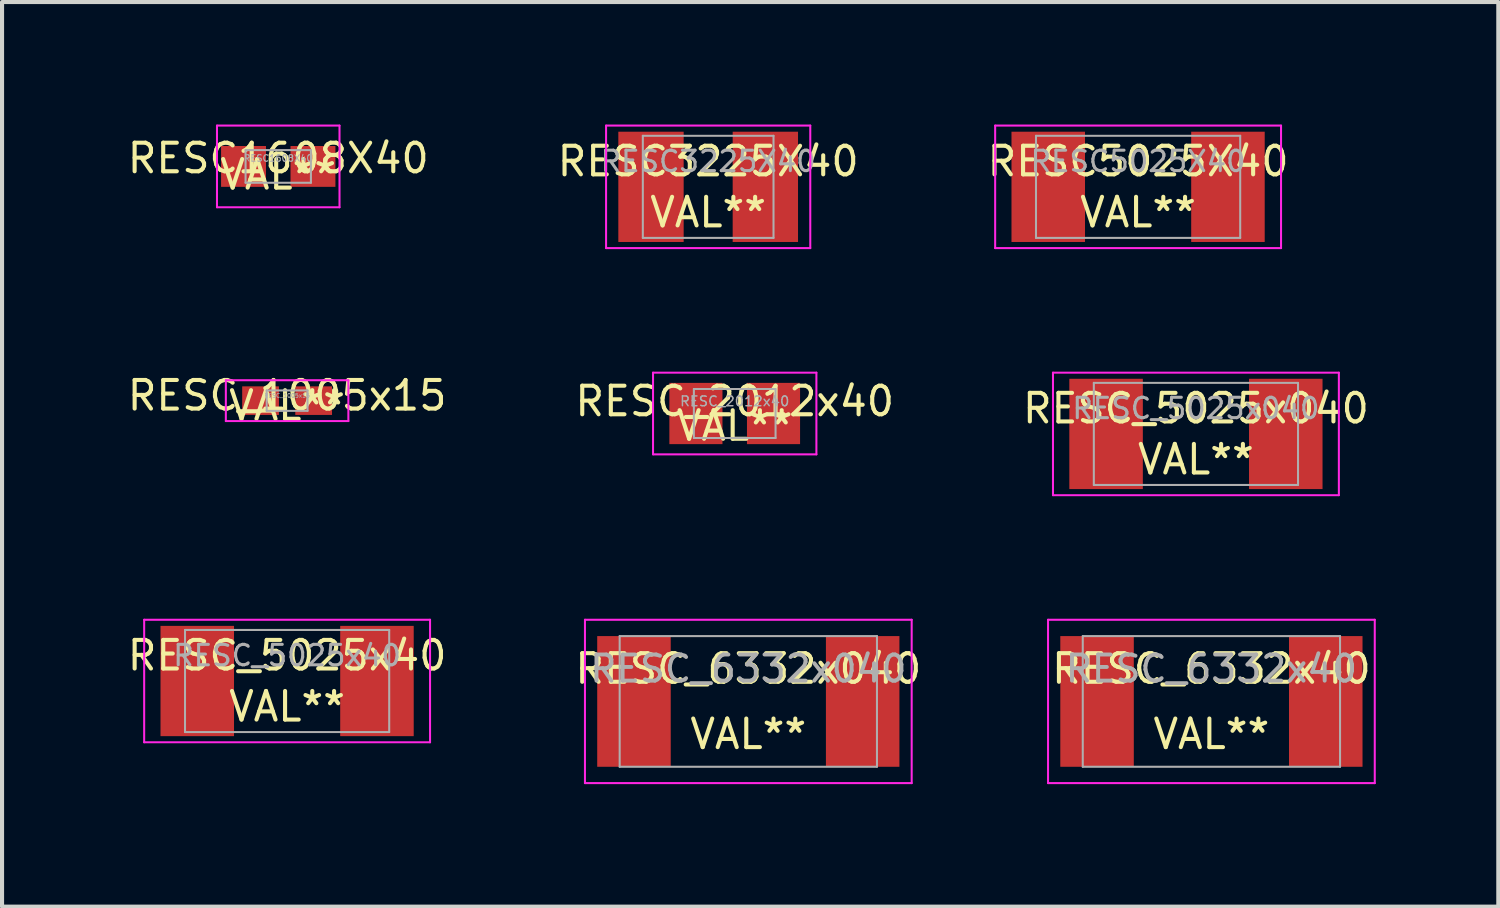
<source format=kicad_pcb>
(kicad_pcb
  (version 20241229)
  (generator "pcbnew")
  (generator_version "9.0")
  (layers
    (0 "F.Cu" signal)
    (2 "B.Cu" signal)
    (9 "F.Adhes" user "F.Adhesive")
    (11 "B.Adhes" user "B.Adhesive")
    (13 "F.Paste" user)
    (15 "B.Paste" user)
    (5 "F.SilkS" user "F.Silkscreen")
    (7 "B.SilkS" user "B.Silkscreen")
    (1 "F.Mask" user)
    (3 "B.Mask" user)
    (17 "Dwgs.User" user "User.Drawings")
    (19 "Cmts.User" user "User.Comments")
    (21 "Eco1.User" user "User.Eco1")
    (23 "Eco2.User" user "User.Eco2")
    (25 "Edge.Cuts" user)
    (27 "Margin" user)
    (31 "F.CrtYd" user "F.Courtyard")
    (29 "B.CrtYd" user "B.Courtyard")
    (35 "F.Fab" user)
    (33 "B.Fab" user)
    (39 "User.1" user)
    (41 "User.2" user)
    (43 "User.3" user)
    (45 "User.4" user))
  (footprint "RESC_5025x040"
    (layer "F.Cu")
    (at 26.233 7.575)
    (property "Reference" "RESC_5025x040" (at 0 -0.625 0) (layer "F.Fab") (effects (font (size 0.5 0.5) (thickness 0.075))))
    (property "Value" "VAL**" (at 0 0.625 0) (layer "F.Fab") (hide yes) (effects (font (size 0.5 0.5) (thickness 0.075))))
    (attr smd)
    (fp_line (start -3.5 -1.5) (end 3.5 -1.5) (stroke (width 0.05) (type solid)) (layer "F.CrtYd"))
    (fp_line (start -3.5 1.5) (end -3.5 -1.5) (stroke (width 0.05) (type solid)) (layer "F.CrtYd"))
    (fp_line (start 3.5 -1.5) (end 3.5 1.5) (stroke (width 0.05) (type solid)) (layer "F.CrtYd"))
    (fp_line (start 3.5 1.5) (end -3.5 1.5) (stroke (width 0.05) (type solid)) (layer "F.CrtYd"))
    (fp_line (start -2.5 -1.25) (end 2.5 -1.25) (stroke (width 0.05) (type solid)) (layer "F.Fab"))
    (fp_line (start -2.5 1.25) (end -2.5 -1.25) (stroke (width 0.05) (type solid)) (layer "F.Fab"))
    (fp_line (start 2.5 -1.25) (end 2.5 1.25) (stroke (width 0.05) (type solid)) (layer "F.Fab"))
    (fp_line (start 2.5 1.25) (end -2.5 1.25) (stroke (width 0.05) (type solid)) (layer "F.Fab"))
    (fp_text user "${VALUE}" (at 0 0.625 0) (layer "F.SilkS") (effects (font (size 0.7 0.7) (thickness 0.1))))
    (fp_text user "${REFERENCE}" (at 0 -0.625 0) (layer "F.SilkS") (effects (font (size 0.7 0.7) (thickness 0.1))))
    (pad "1" smd rect (at -2.2 0) (size 1.8 2.7) (layers "F.Cu" "F.Mask" "F.Paste"))
    (pad "2" smd rect (at 2.2 0) (size 1.8 2.7) (layers "F.Cu" "F.Mask" "F.Paste")))
  (footprint "RESC5025X40"
    (layer "F.Cu")
    (at 24.817 1.525)
    (property "Reference" "RESC5025X40" (at 0 -0.625 0) (layer "F.Fab") (effects (font (size 0.5 0.5) (thickness 0.075))))
    (property "Value" "VAL**" (at 0 0.625 0) (layer "F.Fab") (hide yes) (effects (font (size 0.5 0.5) (thickness 0.075))))
    (attr smd)
    (fp_line (start -3.5 -1.5) (end 3.5 -1.5) (stroke (width 0.05) (type solid)) (layer "F.CrtYd"))
    (fp_line (start -3.5 1.5) (end -3.5 -1.5) (stroke (width 0.05) (type solid)) (layer "F.CrtYd"))
    (fp_line (start 3.5 -1.5) (end 3.5 1.5) (stroke (width 0.05) (type solid)) (layer "F.CrtYd"))
    (fp_line (start 3.5 1.5) (end -3.5 1.5) (stroke (width 0.05) (type solid)) (layer "F.CrtYd"))
    (fp_line (start -2.5 -1.25) (end 2.5 -1.25) (stroke (width 0.05) (type solid)) (layer "F.Fab"))
    (fp_line (start -2.5 1.25) (end -2.5 -1.25) (stroke (width 0.05) (type solid)) (layer "F.Fab"))
    (fp_line (start 2.5 -1.25) (end 2.5 1.25) (stroke (width 0.05) (type solid)) (layer "F.Fab"))
    (fp_line (start 2.5 1.25) (end -2.5 1.25) (stroke (width 0.05) (type solid)) (layer "F.Fab"))
    (fp_text user "${REFERENCE}" (at 0 -0.625 0) (layer "F.SilkS") (effects (font (size 0.7 0.7) (thickness 0.1))))
    (fp_text user "${VALUE}" (at 0 0.625 0) (layer "F.SilkS") (effects (font (size 0.7 0.7) (thickness 0.1))))
    (pad "1" smd rect (at -2.2 0) (size 1.8 2.7) (layers "F.Cu" "F.Mask" "F.Paste"))
    (pad "2" smd rect (at 2.2 0) (size 1.8 2.7) (layers "F.Cu" "F.Mask" "F.Paste")))
  (footprint "RESC_6332x040"
    (layer "F.Cu")
    (at 15.273 14.125)
    (property "Reference" "RESC_6332x040" (at 0 -0.8 0) (layer "F.Fab") (effects (font (size 0.64 0.64) (thickness 0.096))))
    (property "Value" "VAL**" (at 0 0.8 0) (layer "F.Fab") (hide yes) (effects (font (size 0.64 0.64) (thickness 0.096))))
    (attr smd)
    (fp_line (start -4 -2) (end 4 -2) (stroke (width 0.05) (type solid)) (layer "F.CrtYd"))
    (fp_line (start -4 2) (end -4 -2) (stroke (width 0.05) (type solid)) (layer "F.CrtYd"))
    (fp_line (start 4 -2) (end 4 2) (stroke (width 0.05) (type solid)) (layer "F.CrtYd"))
    (fp_line (start 4 2) (end -4 2) (stroke (width 0.05) (type solid)) (layer "F.CrtYd"))
    (fp_line (start -3.15 -1.6) (end 3.15 -1.6) (stroke (width 0.05) (type solid)) (layer "F.Fab"))
    (fp_line (start -3.15 1.6) (end -3.15 -1.6) (stroke (width 0.05) (type solid)) (layer "F.Fab"))
    (fp_line (start 3.15 -1.6) (end 3.15 1.6) (stroke (width 0.05) (type solid)) (layer "F.Fab"))
    (fp_line (start 3.15 1.6) (end -3.15 1.6) (stroke (width 0.05) (type solid)) (layer "F.Fab"))
    (fp_text user "${VALUE}" (at 0 0.8 0) (layer "F.SilkS") (effects (font (size 0.7 0.7) (thickness 0.1))))
    (fp_text user "${REFERENCE}" (at 0 -0.8 0) (layer "F.SilkS") (effects (font (size 0.7 0.7) (thickness 0.1))))
    (pad "1" smd rect (at -2.8 0) (size 1.8 3.2) (layers "F.Cu" "F.Mask" "F.Paste"))
    (pad "2" smd rect (at 2.8 0) (size 1.8 3.2) (layers "F.Cu" "F.Mask" "F.Paste")))
  (footprint "RESC_2012x40"
    (layer "F.Cu")
    (at 14.94 7.075)
    (property "Reference" "RESC_2012x40" (at 0 -0.3 0) (layer "F.Fab") (effects (font (size 0.24 0.24) (thickness 0.036))))
    (property "Value" "VAL**" (at 0 0.3 0) (layer "F.Fab") (hide yes) (effects (font (size 0.24 0.24) (thickness 0.036))))
    (attr smd)
    (fp_line (start -2 -1) (end 2 -1) (stroke (width 0.05) (type solid)) (layer "F.CrtYd"))
    (fp_line (start -2 1) (end -2 -1) (stroke (width 0.05) (type solid)) (layer "F.CrtYd"))
    (fp_line (start 2 -1) (end 2 1) (stroke (width 0.05) (type solid)) (layer "F.CrtYd"))
    (fp_line (start 2 1) (end -2 1) (stroke (width 0.05) (type solid)) (layer "F.CrtYd"))
    (fp_line (start -1 -0.6) (end 1 -0.6) (stroke (width 0.05) (type solid)) (layer "F.Fab"))
    (fp_line (start -1 0.6) (end -1 -0.6) (stroke (width 0.05) (type solid)) (layer "F.Fab"))
    (fp_line (start 1 -0.6) (end 1 0.6) (stroke (width 0.05) (type solid)) (layer "F.Fab"))
    (fp_line (start 1 0.6) (end -1 0.6) (stroke (width 0.05) (type solid)) (layer "F.Fab"))
    (fp_text user "${VALUE}" (at 0 0.3 0) (layer "F.SilkS") (effects (font (size 0.7 0.7) (thickness 0.1))))
    (fp_text user "${REFERENCE}" (at 0 -0.3 0) (layer "F.SilkS") (effects (font (size 0.7 0.7) (thickness 0.1))))
    (pad "1" smd rect (at -0.95 0) (size 1.3 1.5) (layers "F.Cu" "F.Mask" "F.Paste"))
    (pad "2" smd rect (at 0.95 0) (size 1.3 1.5) (layers "F.Cu" "F.Mask" "F.Paste")))
  (footprint "RESC_5025x40"
    (layer "F.Cu")
    (at 3.98 13.625)
    (property "Reference" "RESC_5025x40" (at 0 -0.625 0) (layer "F.Fab") (effects (font (size 0.5 0.5) (thickness 0.075))))
    (property "Value" "VAL**" (at 0 0.625 0) (layer "F.Fab") (hide yes) (effects (font (size 0.5 0.5) (thickness 0.075))))
    (attr smd)
    (fp_line (start -3.5 -1.5) (end 3.5 -1.5) (stroke (width 0.05) (type solid)) (layer "F.CrtYd"))
    (fp_line (start -3.5 1.5) (end -3.5 -1.5) (stroke (width 0.05) (type solid)) (layer "F.CrtYd"))
    (fp_line (start 3.5 -1.5) (end 3.5 1.5) (stroke (width 0.05) (type solid)) (layer "F.CrtYd"))
    (fp_line (start 3.5 1.5) (end -3.5 1.5) (stroke (width 0.05) (type solid)) (layer "F.CrtYd"))
    (fp_line (start -2.5 -1.25) (end 2.5 -1.25) (stroke (width 0.05) (type solid)) (layer "F.Fab"))
    (fp_line (start -2.5 1.25) (end -2.5 -1.25) (stroke (width 0.05) (type solid)) (layer "F.Fab"))
    (fp_line (start 2.5 -1.25) (end 2.5 1.25) (stroke (width 0.05) (type solid)) (layer "F.Fab"))
    (fp_line (start 2.5 1.25) (end -2.5 1.25) (stroke (width 0.05) (type solid)) (layer "F.Fab"))
    (fp_text user "${VALUE}" (at 0 0.625 0) (layer "F.SilkS") (effects (font (size 0.7 0.7) (thickness 0.1))))
    (fp_text user "${REFERENCE}" (at 0 -0.625 0) (layer "F.SilkS") (effects (font (size 0.7 0.7) (thickness 0.1))))
    (pad "1" smd rect (at -2.2 0) (size 1.8 2.7) (layers "F.Cu" "F.Mask" "F.Paste"))
    (pad "2" smd rect (at 2.2 0) (size 1.8 2.7) (layers "F.Cu" "F.Mask" "F.Paste")))
  (footprint "RESC_1005x15"
    (layer "F.Cu")
    (at 3.98 6.76)
    (property "Reference" "RESC_1005x15" (at 0 -0.125 0) (layer "F.Fab") (effects (font (size 0.1 0.1) (thickness 0.015))))
    (property "Value" "VAL**" (at 0 0.125 0) (layer "F.Fab") (hide yes) (effects (font (size 0.1 0.1) (thickness 0.015))))
    (attr smd)
    (fp_line (start -1.5 -0.5) (end 1.5 -0.5) (stroke (width 0.05) (type solid)) (layer "F.CrtYd"))
    (fp_line (start -1.5 0.5) (end -1.5 -0.5) (stroke (width 0.05) (type solid)) (layer "F.CrtYd"))
    (fp_line (start 1.5 -0.5) (end 1.5 0.5) (stroke (width 0.05) (type solid)) (layer "F.CrtYd"))
    (fp_line (start 1.5 0.5) (end -1.5 0.5) (stroke (width 0.05) (type solid)) (layer "F.CrtYd"))
    (fp_line (start -0.5 -0.25) (end 0.5 -0.25) (stroke (width 0.05) (type solid)) (layer "F.Fab"))
    (fp_line (start -0.5 0.25) (end -0.5 -0.25) (stroke (width 0.05) (type solid)) (layer "F.Fab"))
    (fp_line (start 0.5 -0.25) (end 0.5 0.25) (stroke (width 0.05) (type solid)) (layer "F.Fab"))
    (fp_line (start 0.5 0.25) (end -0.5 0.25) (stroke (width 0.05) (type solid)) (layer "F.Fab"))
    (fp_text user "${REFERENCE}" (at 0 -0.125 0) (layer "F.SilkS") (effects (font (size 0.7 0.7) (thickness 0.1))))
    (fp_text user "${VALUE}" (at 0 0.125 0) (layer "F.SilkS") (effects (font (size 0.7 0.7) (thickness 0.1))))
    (pad "1" smd rect (at -0.65 0) (size 0.9 0.7) (layers "F.Cu" "F.Mask" "F.Paste"))
    (pad "2" smd rect (at 0.65 0) (size 0.9 0.7) (layers "F.Cu" "F.Mask" "F.Paste")))
  (footprint "RESC3225X40"
    (layer "F.Cu")
    (at 14.29 1.525)
    (property "Reference" "RESC3225X40" (at 0 -0.625 0) (layer "F.Fab") (effects (font (size 0.5 0.5) (thickness 0.075))))
    (property "Value" "VAL**" (at 0 0.625 0) (layer "F.Fab") (hide yes) (effects (font (size 0.5 0.5) (thickness 0.075))))
    (attr smd)
    (fp_line (start -2.5 -1.5) (end 2.5 -1.5) (stroke (width 0.05) (type solid)) (layer "F.CrtYd"))
    (fp_line (start -2.5 1.5) (end -2.5 -1.5) (stroke (width 0.05) (type solid)) (layer "F.CrtYd"))
    (fp_line (start 2.5 -1.5) (end 2.5 1.5) (stroke (width 0.05) (type solid)) (layer "F.CrtYd"))
    (fp_line (start 2.5 1.5) (end -2.5 1.5) (stroke (width 0.05) (type solid)) (layer "F.CrtYd"))
    (fp_line (start -1.6 -1.25) (end 1.6 -1.25) (stroke (width 0.05) (type solid)) (layer "F.Fab"))
    (fp_line (start -1.6 1.25) (end -1.6 -1.25) (stroke (width 0.05) (type solid)) (layer "F.Fab"))
    (fp_line (start 1.6 -1.25) (end 1.6 1.25) (stroke (width 0.05) (type solid)) (layer "F.Fab"))
    (fp_line (start 1.6 1.25) (end -1.6 1.25) (stroke (width 0.05) (type solid)) (layer "F.Fab"))
    (fp_text user "${VALUE}" (at 0 0.625 0) (layer "F.SilkS") (effects (font (size 0.7 0.7) (thickness 0.1))))
    (fp_text user "${REFERENCE}" (at 0 -0.625 0) (layer "F.SilkS") (effects (font (size 0.7 0.7) (thickness 0.1))))
    (pad "1" smd rect (at -1.4 0) (size 1.6 2.7) (layers "F.Cu" "F.Mask" "F.Paste"))
    (pad "2" smd rect (at 1.4 0) (size 1.6 2.7) (layers "F.Cu" "F.Mask" "F.Paste")))
  (footprint "RESC_6332x40"
    (layer "F.Cu")
    (at 26.612 14.125)
    (property "Reference" "RESC_6332x40" (at 0 -0.8 0) (layer "F.Fab") (effects (font (size 0.64 0.64) (thickness 0.096))))
    (property "Value" "VAL**" (at 0 0.8 0) (layer "F.Fab") (hide yes) (effects (font (size 0.64 0.64) (thickness 0.096))))
    (attr smd)
    (fp_line (start -4 -2) (end 4 -2) (stroke (width 0.05) (type solid)) (layer "F.CrtYd"))
    (fp_line (start -4 2) (end -4 -2) (stroke (width 0.05) (type solid)) (layer "F.CrtYd"))
    (fp_line (start 4 -2) (end 4 2) (stroke (width 0.05) (type solid)) (layer "F.CrtYd"))
    (fp_line (start 4 2) (end -4 2) (stroke (width 0.05) (type solid)) (layer "F.CrtYd"))
    (fp_line (start -3.15 -1.6) (end 3.15 -1.6) (stroke (width 0.05) (type solid)) (layer "F.Fab"))
    (fp_line (start -3.15 1.6) (end -3.15 -1.6) (stroke (width 0.05) (type solid)) (layer "F.Fab"))
    (fp_line (start 3.15 -1.6) (end 3.15 1.6) (stroke (width 0.05) (type solid)) (layer "F.Fab"))
    (fp_line (start 3.15 1.6) (end -3.15 1.6) (stroke (width 0.05) (type solid)) (layer "F.Fab"))
    (fp_text user "${REFERENCE}" (at 0 -0.8 0) (layer "F.SilkS") (effects (font (size 0.7 0.7) (thickness 0.1))))
    (fp_text user "${VALUE}" (at 0 0.8 0) (layer "F.SilkS") (effects (font (size 0.7 0.7) (thickness 0.1))))
    (pad "1" smd rect (at -2.8 0) (size 1.8 3.2) (layers "F.Cu" "F.Mask" "F.Paste"))
    (pad "2" smd rect (at 2.8 0) (size 1.8 3.2) (layers "F.Cu" "F.Mask" "F.Paste")))
  (footprint "RESC1608X40"
    (layer "F.Cu")
    (at 3.763 1.025)
    (property "Reference" "RESC1608X40" (at 0 -0.2 0) (layer "F.Fab") (effects (font (size 0.16 0.16) (thickness 0.024))))
    (property "Value" "VAL**" (at 0 0.2 0) (layer "F.Fab") (hide yes) (effects (font (size 0.16 0.16) (thickness 0.024))))
    (attr smd)
    (fp_line (start -1.5 -1) (end 1.5 -1) (stroke (width 0.05) (type solid)) (layer "F.CrtYd"))
    (fp_line (start -1.5 1) (end -1.5 -1) (stroke (width 0.05) (type solid)) (layer "F.CrtYd"))
    (fp_line (start 1.5 -1) (end 1.5 1) (stroke (width 0.05) (type solid)) (layer "F.CrtYd"))
    (fp_line (start 1.5 1) (end -1.5 1) (stroke (width 0.05) (type solid)) (layer "F.CrtYd"))
    (fp_line (start -0.8 -0.4) (end 0.8 -0.4) (stroke (width 0.05) (type solid)) (layer "F.Fab"))
    (fp_line (start -0.8 0.4) (end -0.8 -0.4) (stroke (width 0.05) (type solid)) (layer "F.Fab"))
    (fp_line (start 0.8 -0.4) (end 0.8 0.4) (stroke (width 0.05) (type solid)) (layer "F.Fab"))
    (fp_line (start 0.8 0.4) (end -0.8 0.4) (stroke (width 0.05) (type solid)) (layer "F.Fab"))
    (fp_text user "${VALUE}" (at 0 0.2 0) (layer "F.SilkS") (effects (font (size 0.7 0.7) (thickness 0.1))))
    (fp_text user "${REFERENCE}" (at 0 -0.2 0) (layer "F.SilkS") (effects (font (size 0.7 0.7) (thickness 0.1))))
    (pad "1" smd rect (at -0.85 0) (size 1.1 1) (layers "F.Cu" "F.Mask" "F.Paste"))
    (pad "2" smd rect (at 0.85 0) (size 1.1 1) (layers "F.Cu" "F.Mask" "F.Paste")))
  (gr_rect
    (start -3 -3)
    (end 33.637 19.15)
    (stroke (width 0.1) (type default))
    (fill no)
    (layer "Edge.Cuts")))
</source>
